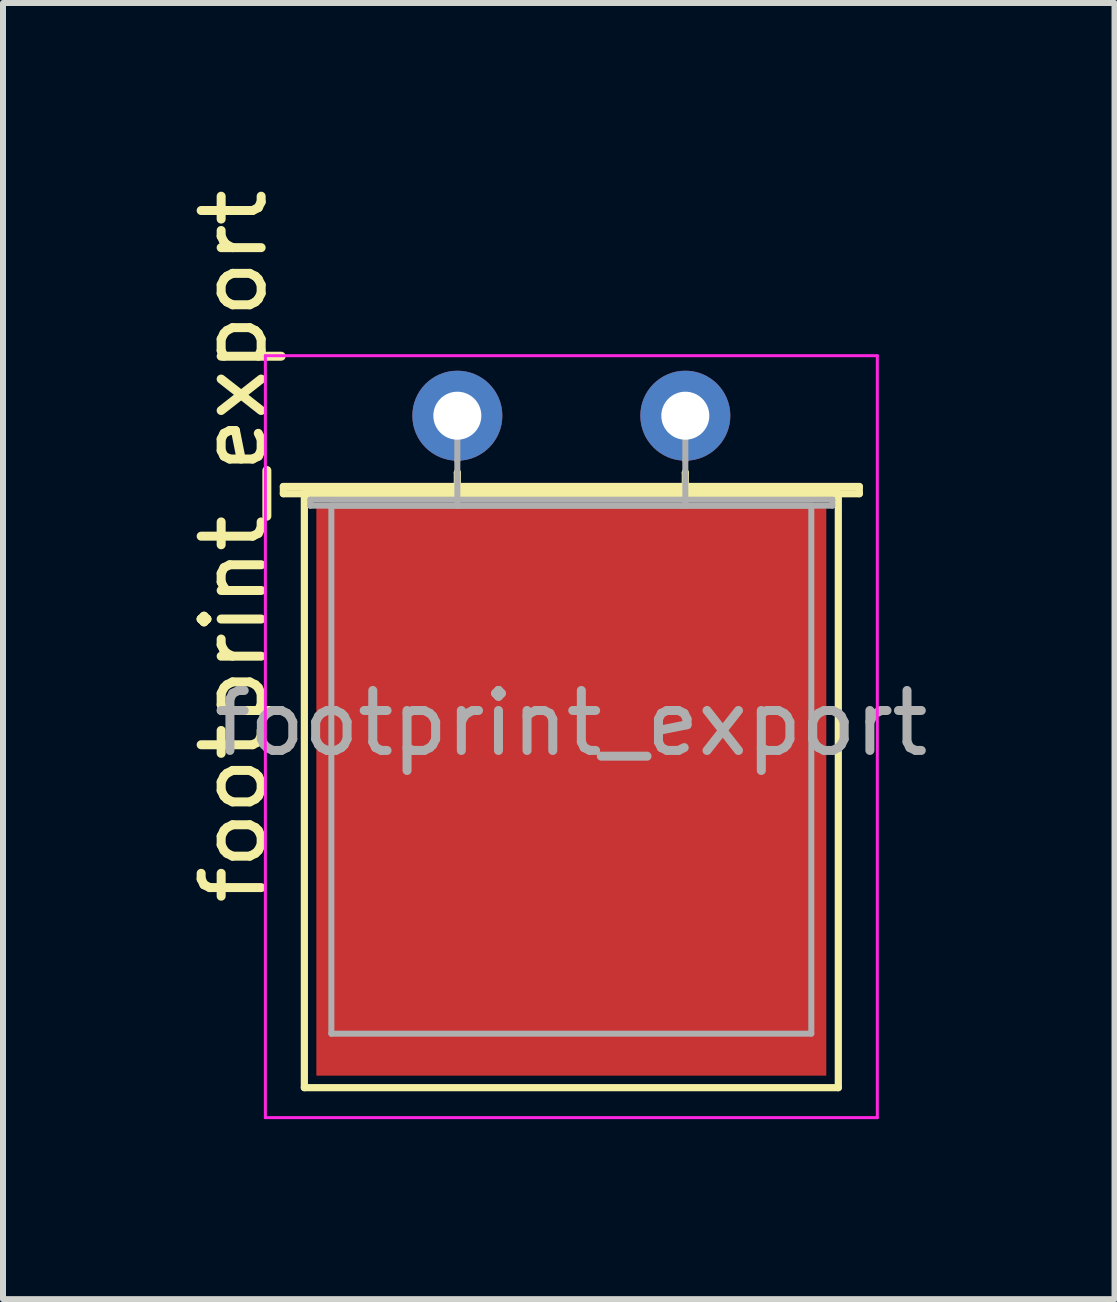
<source format=kicad_pcb>
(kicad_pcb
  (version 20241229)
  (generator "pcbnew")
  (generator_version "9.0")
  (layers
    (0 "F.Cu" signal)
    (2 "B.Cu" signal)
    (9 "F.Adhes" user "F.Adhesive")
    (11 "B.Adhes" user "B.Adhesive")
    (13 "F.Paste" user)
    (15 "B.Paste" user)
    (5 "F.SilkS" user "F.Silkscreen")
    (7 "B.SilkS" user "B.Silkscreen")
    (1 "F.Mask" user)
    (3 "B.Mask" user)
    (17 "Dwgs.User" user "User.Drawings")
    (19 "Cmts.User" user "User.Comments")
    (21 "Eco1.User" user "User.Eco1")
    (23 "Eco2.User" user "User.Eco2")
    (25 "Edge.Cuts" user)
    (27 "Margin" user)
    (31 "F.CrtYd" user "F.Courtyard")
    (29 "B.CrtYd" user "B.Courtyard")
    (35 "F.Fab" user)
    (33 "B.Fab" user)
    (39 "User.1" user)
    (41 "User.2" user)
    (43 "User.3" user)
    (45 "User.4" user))
  (footprint "footprint_export"
    (layer "F.Cu")
    (at 4.573 3.879)
    (property "Reference" "footprint_export" (at -3.725 2.175 90) (layer "F.SilkS") (effects (font (size 1 1) (thickness 0.15))))
    (attr through_hole)
    (fp_line (start -2.9 1.18) (end 6.7 1.18) (stroke (width 0.12) (type solid)) (layer "F.SilkS"))
    (fp_line (start -2.9 1.3) (end -2.9 1.18) (stroke (width 0.12) (type solid)) (layer "F.SilkS"))
    (fp_line (start -2.55 1.3) (end -2.55 11.2) (stroke (width 0.12) (type solid)) (layer "F.SilkS"))
    (fp_line (start -2.55 11.2) (end 6.35 11.2) (stroke (width 0.12) (type solid)) (layer "F.SilkS"))
    (fp_line (start 0 0.95) (end 0 0.95) (stroke (width 0.12) (type solid)) (layer "F.SilkS"))
    (fp_line (start 0 1.3) (end 0 0.95) (stroke (width 0.12) (type solid)) (layer "F.SilkS"))
    (fp_line (start 3.8 0.95) (end 3.8 0.95) (stroke (width 0.12) (type solid)) (layer "F.SilkS"))
    (fp_line (start 3.8 1.3) (end 3.8 0.95) (stroke (width 0.12) (type solid)) (layer "F.SilkS"))
    (fp_line (start 6.35 1.3) (end -2.55 1.3) (stroke (width 0.12) (type solid)) (layer "F.SilkS"))
    (fp_line (start 6.35 11.2) (end 6.35 1.3) (stroke (width 0.12) (type solid)) (layer "F.SilkS"))
    (fp_line (start 6.7 1.18) (end 6.7 1.3) (stroke (width 0.12) (type solid)) (layer "F.SilkS"))
    (fp_line (start 6.7 1.3) (end -2.9 1.3) (stroke (width 0.12) (type solid)) (layer "F.SilkS"))
    (fp_line (start -3.2 -1) (end -3.2 11.7) (stroke (width 0.05) (type solid)) (layer "F.CrtYd"))
    (fp_line (start -3.2 11.7) (end 7 11.7) (stroke (width 0.05) (type solid)) (layer "F.CrtYd"))
    (fp_line (start 7 -1) (end -3.2 -1) (stroke (width 0.05) (type solid)) (layer "F.CrtYd"))
    (fp_line (start 7 11.7) (end 7 -1) (stroke (width 0.05) (type solid)) (layer "F.CrtYd"))
    (fp_line (start -2.45 1.4) (end 6.25 1.4) (stroke (width 0.1) (type solid)) (layer "F.Fab"))
    (fp_line (start -2.45 1.5) (end -2.45 1.4) (stroke (width 0.1) (type solid)) (layer "F.Fab"))
    (fp_line (start -2.1 1.5) (end -2.1 10.3) (stroke (width 0.1) (type solid)) (layer "F.Fab"))
    (fp_line (start -2.1 10.3) (end 5.9 10.3) (stroke (width 0.1) (type solid)) (layer "F.Fab"))
    (fp_line (start 0 0.75) (end 0 0) (stroke (width 0.1) (type solid)) (layer "F.Fab"))
    (fp_line (start 0 1.5) (end 0 0.75) (stroke (width 0.1) (type solid)) (layer "F.Fab"))
    (fp_line (start 3.8 0.75) (end 3.8 0) (stroke (width 0.1) (type solid)) (layer "F.Fab"))
    (fp_line (start 3.8 1.5) (end 3.8 0.75) (stroke (width 0.1) (type solid)) (layer "F.Fab"))
    (fp_line (start 5.9 1.5) (end -2.1 1.5) (stroke (width 0.1) (type solid)) (layer "F.Fab"))
    (fp_line (start 5.9 10.3) (end 5.9 1.5) (stroke (width 0.1) (type solid)) (layer "F.Fab"))
    (fp_line (start 6.25 1.4) (end 6.25 1.5) (stroke (width 0.1) (type solid)) (layer "F.Fab"))
    (fp_line (start 6.25 1.5) (end -2.45 1.5) (stroke (width 0.1) (type solid)) (layer "F.Fab"))
    (fp_text user "${REFERENCE}" (at 1.9 5.125 0) (layer "F.Fab") (effects (font (size 1 1) (thickness 0.15))))
    (pad "1" thru_hole circle (at 0 0) (size 1.5 1.5) (drill 0.8) (layers "*.Cu" "*.Mask"))
    (pad "2" thru_hole circle (at 3.8 0) (size 1.5 1.5) (drill 0.8) (layers "*.Cu" "*.Mask"))
    (pad "3" smd rect (at 1.9 6.25) (size 8.5 9.5) (layers "F.Cu" "F.Mask" "F.Paste")))
  (gr_rect
    (start -3 -3)
    (end 15.527 18.604)
    (stroke (width 0.1) (type default))
    (fill no)
    (layer "Edge.Cuts")))
</source>
